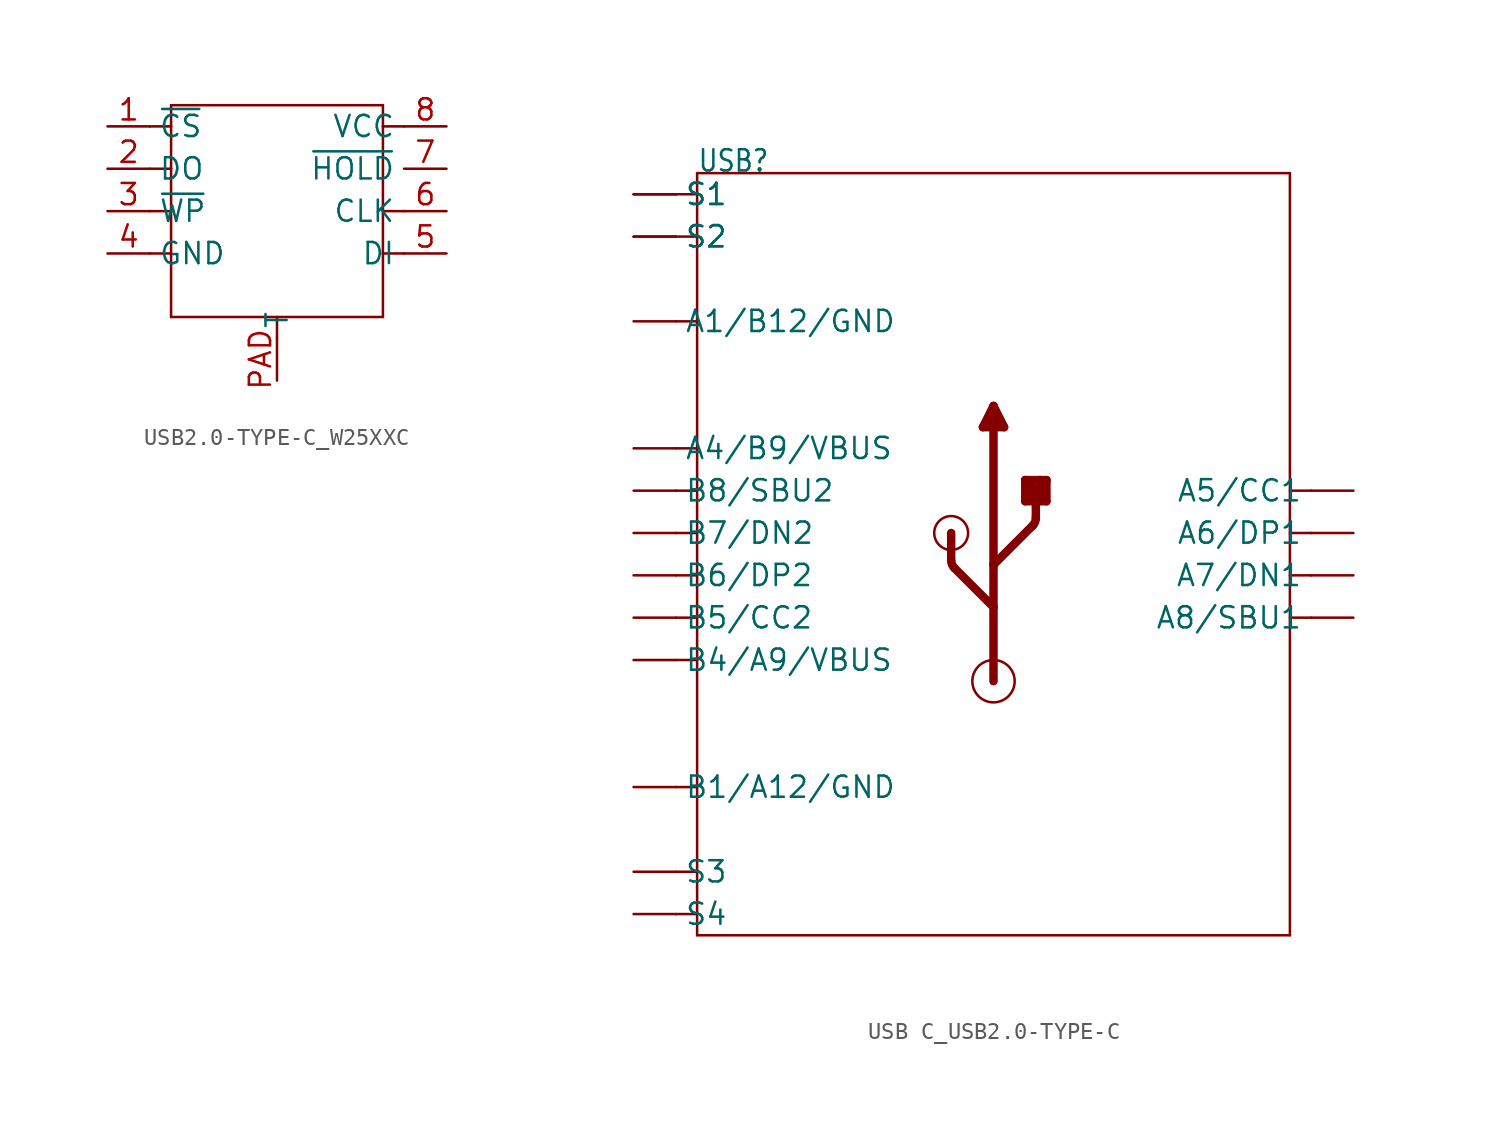
<source format=kicad_sym>
(kicad_symbol_lib
  (version 20231120)
  (generator "kicad_symbol_editor")
  (generator_version "8.0")
  (symbol "USB2.0-TYPE-C_W25XXC"
    (property "Reference" "U"
      (at -6.35 6.35 0)
      (effects (font (size 1.27 1.079)) (justify left bottom) (hide yes)))
    (property "ki_locked" ""
      (at 0 0 0)
      (effects (font (size 1.27 1.27))))
    (symbol "USB2.0-TYPE-C_W25XXC_1_0"
      (polyline (pts (xy -7.62 -2.54) (xy -6.35 -2.54)) (stroke (width 0.152) (type solid)) (fill (type none)))
      (polyline (pts (xy -7.62 0) (xy -6.35 0)) (stroke (width 0.152) (type solid)) (fill (type none)))
      (polyline (pts (xy -7.62 2.54) (xy -6.35 2.54)) (stroke (width 0.152) (type solid)) (fill (type none)))
      (polyline (pts (xy -7.62 5.08) (xy -6.35 5.08)) (stroke (width 0.152) (type solid)) (fill (type none)))
      (polyline (pts (xy -6.35 -6.35) (xy -6.35 -2.54)) (stroke (width 0.152) (type solid)) (fill (type none)))
      (polyline (pts (xy -6.35 -2.54) (xy -6.35 0)) (stroke (width 0.152) (type solid)) (fill (type none)))
      (polyline (pts (xy -6.35 0) (xy -6.35 2.54)) (stroke (width 0.152) (type solid)) (fill (type none)))
      (polyline (pts (xy -6.35 2.54) (xy -6.35 5.08)) (stroke (width 0.152) (type solid)) (fill (type none)))
      (polyline (pts (xy -6.35 5.08) (xy -6.35 6.35)) (stroke (width 0.152) (type solid)) (fill (type none)))
      (polyline (pts (xy -6.35 6.35) (xy 6.35 6.35)) (stroke (width 0.152) (type solid)) (fill (type none)))
      (polyline (pts (xy 0 -7.62) (xy 0 -6.35)) (stroke (width 0.152) (type solid)) (fill (type none)))
      (polyline (pts (xy 0 -6.35) (xy -6.35 -6.35)) (stroke (width 0.152) (type solid)) (fill (type none)))
      (polyline (pts (xy 6.35 -6.35) (xy 0 -6.35)) (stroke (width 0.152) (type solid)) (fill (type none)))
      (polyline (pts (xy 6.35 -2.54) (xy 6.35 -6.35)) (stroke (width 0.152) (type solid)) (fill (type none)))
      (polyline (pts (xy 6.35 0) (xy 6.35 -2.54)) (stroke (width 0.152) (type solid)) (fill (type none)))
      (polyline (pts (xy 6.35 5.08) (xy 6.35 0)) (stroke (width 0.152) (type solid)) (fill (type none)))
      (polyline (pts (xy 6.35 6.35) (xy 6.35 5.08)) (stroke (width 0.152) (type solid)) (fill (type none)))
      (polyline (pts (xy 7.62 -2.54) (xy 6.35 -2.54)) (stroke (width 0.152) (type solid)) (fill (type none)))
      (polyline (pts (xy 7.62 0) (xy 6.35 0)) (stroke (width 0.152) (type solid)) (fill (type none)))
      (polyline (pts (xy 7.62 5.08) (xy 6.35 5.08)) (stroke (width 0.152) (type solid)) (fill (type none)))
      (pin bidirectional line (at -10.16 5.08 0) (length 2.54) (name "~{CS}" (effects (font (size 1.27 1.27)))) (number "1" (effects (font (size 1.27 1.27)))))
      (pin bidirectional line (at -10.16 2.54 0) (length 2.54) (name "DO" (effects (font (size 1.27 1.27)))) (number "2" (effects (font (size 1.27 1.27)))))
      (pin bidirectional line (at -10.16 0 0) (length 2.54) (name "~{WP}" (effects (font (size 1.27 1.27)))) (number "3" (effects (font (size 1.27 1.27)))))
      (pin bidirectional line (at -10.16 -2.54 0) (length 2.54) (name "GND" (effects (font (size 1.27 1.27)))) (number "4" (effects (font (size 1.27 1.27)))))
      (pin bidirectional line (at 10.16 -2.54 180) (length 2.54) (name "DI" (effects (font (size 1.27 1.27)))) (number "5" (effects (font (size 1.27 1.27)))))
      (pin bidirectional line (at 10.16 0 180) (length 2.54) (name "CLK" (effects (font (size 1.27 1.27)))) (number "6" (effects (font (size 1.27 1.27)))))
      (pin bidirectional line (at 10.16 2.54 180) (length 2.54) (name "~{HOLD}" (effects (font (size 1.27 1.27)))) (number "7" (effects (font (size 1.27 1.27)))))
      (pin bidirectional line (at 10.16 5.08 180) (length 2.54) (name "VCC" (effects (font (size 1.27 1.27)))) (number "8" (effects (font (size 1.27 1.27)))))
      (pin bidirectional line (at 0 -10.16 90) (length 2.54) (name "T" (effects (font (size 1.27 1.27)))) (number "PAD" (effects (font (size 1.27 1.27)))))))
  (symbol "USB C_USB2.0-TYPE-C"
    (property "Reference" "USB"
      (at -17.78 22.86 0)
      (effects (font (size 1.27 1.079)) (justify left bottom)))
    (property "Value" ""
      (at -7.62 22.86 0)
      (effects (font (size 1.27 1.079)) (justify left bottom)))
    (property "ki_locked" ""
      (at 0 0 0)
      (effects (font (size 1.27 1.27))))
    (symbol "USB C_USB2.0-TYPE-C_1_0"
      (arc (start -2.5401 -0.3719) (mid -2.4917 -0.6149) (end -2.354 -0.8209) (stroke (width 0.508) (type solid)) (fill (type none)))
      (circle (center -2.54 1.27) (radius 1.016) (stroke (width 0) (type solid)) (fill (type none)))
      (circle (center 0 -7.62) (radius 1.27) (stroke (width 0) (type solid)) (fill (type none)))
      (polyline (pts (xy -19.05 -21.59) (xy -17.78 -21.59)) (stroke (width 0.152) (type solid)) (fill (type none)))
      (polyline (pts (xy -19.05 -19.05) (xy -17.78 -19.05)) (stroke (width 0.152) (type solid)) (fill (type none)))
      (polyline (pts (xy -19.05 -13.97) (xy -17.78 -13.97)) (stroke (width 0.152) (type solid)) (fill (type none)))
      (polyline (pts (xy -19.05 -6.35) (xy -17.78 -6.35)) (stroke (width 0.152) (type solid)) (fill (type none)))
      (polyline (pts (xy -19.05 -3.81) (xy -17.78 -3.81)) (stroke (width 0.152) (type solid)) (fill (type none)))
      (polyline (pts (xy -19.05 -1.27) (xy -17.78 -1.27)) (stroke (width 0.152) (type solid)) (fill (type none)))
      (polyline (pts (xy -19.05 1.27) (xy -17.78 1.27)) (stroke (width 0.152) (type solid)) (fill (type none)))
      (polyline (pts (xy -19.05 3.81) (xy -17.78 3.81)) (stroke (width 0.152) (type solid)) (fill (type none)))
      (polyline (pts (xy -19.05 6.35) (xy -17.78 6.35)) (stroke (width 0.152) (type solid)) (fill (type none)))
      (polyline (pts (xy -19.05 13.97) (xy -17.78 13.97)) (stroke (width 0.152) (type solid)) (fill (type none)))
      (polyline (pts (xy -19.05 19.05) (xy -17.78 19.05)) (stroke (width 0.152) (type solid)) (fill (type none)))
      (polyline (pts (xy -19.05 21.59) (xy -17.78 21.59)) (stroke (width 0.152) (type solid)) (fill (type none)))
      (polyline (pts (xy -17.78 -22.86) (xy -17.78 -21.59)) (stroke (width 0.152) (type solid)) (fill (type none)))
      (polyline (pts (xy -17.78 -21.59) (xy -17.78 -19.05)) (stroke (width 0.152) (type solid)) (fill (type none)))
      (polyline (pts (xy -17.78 -19.05) (xy -17.78 6.35)) (stroke (width 0.152) (type solid)) (fill (type none)))
      (polyline (pts (xy -17.78 6.35) (xy -17.78 13.97)) (stroke (width 0.152) (type solid)) (fill (type none)))
      (polyline (pts (xy -17.78 13.97) (xy -17.78 19.05)) (stroke (width 0.152) (type solid)) (fill (type none)))
      (polyline (pts (xy -17.78 19.05) (xy -17.78 21.59)) (stroke (width 0.152) (type solid)) (fill (type none)))
      (polyline (pts (xy -17.78 21.59) (xy -17.78 22.86)) (stroke (width 0.152) (type solid)) (fill (type none)))
      (polyline (pts (xy -17.78 22.86) (xy 17.78 22.86)) (stroke (width 0.152) (type solid)) (fill (type none)))
      (polyline (pts (xy -2.54 -0.372) (xy -2.54 1.27)) (stroke (width 0.508) (type solid)) (fill (type none)))
      (polyline (pts (xy -0.635 7.62) (xy 0.635 7.62)) (stroke (width 0.508) (type solid)) (fill (type none)))
      (polyline (pts (xy 0 -7.62) (xy 0 -3.175)) (stroke (width 0.508) (type solid)) (fill (type none)))
      (polyline (pts (xy 0 -3.175) (xy -2.354 -0.821)) (stroke (width 0.508) (type solid)) (fill (type none)))
      (polyline (pts (xy 0 -3.175) (xy 0 -0.635)) (stroke (width 0.508) (type solid)) (fill (type none)))
      (polyline (pts (xy 0 -0.635) (xy 0 8.89)) (stroke (width 0.508) (type solid)) (fill (type none)))
      (polyline (pts (xy 0 -0.635) (xy 2.354 1.719)) (stroke (width 0.508) (type solid)) (fill (type none)))
      (polyline (pts (xy 0 8.89) (xy -0.635 7.62)) (stroke (width 0.508) (type solid)) (fill (type none)))
      (polyline (pts (xy 0.635 7.62) (xy 0 8.89)) (stroke (width 0.508) (type solid)) (fill (type none)))
      (polyline (pts (xy 1.905 3.175) (xy 1.905 4.445)) (stroke (width 0.508) (type solid)) (fill (type none)))
      (polyline (pts (xy 1.905 4.445) (xy 2.794 4.445)) (stroke (width 0.508) (type solid)) (fill (type none)))
      (polyline (pts (xy 2.159 3.302) (xy 2.159 3.81)) (stroke (width 0.508) (type solid)) (fill (type none)))
      (polyline (pts (xy 2.54 2.168) (xy 2.54 3.81)) (stroke (width 0.508) (type solid)) (fill (type none)))
      (polyline (pts (xy 2.54 3.81) (xy 1.905 4.445)) (stroke (width 0.508) (type solid)) (fill (type none)))
      (polyline (pts (xy 2.794 3.302) (xy 2.159 3.302)) (stroke (width 0.508) (type solid)) (fill (type none)))
      (polyline (pts (xy 2.794 4.445) (xy 2.794 3.302)) (stroke (width 0.508) (type solid)) (fill (type none)))
      (polyline (pts (xy 2.794 4.445) (xy 3.175 4.445)) (stroke (width 0.508) (type solid)) (fill (type none)))
      (polyline (pts (xy 3.175 3.175) (xy 1.905 3.175)) (stroke (width 0.508) (type solid)) (fill (type none)))
      (polyline (pts (xy 3.175 4.445) (xy 3.175 3.175)) (stroke (width 0.508) (type solid)) (fill (type none)))
      (polyline (pts (xy 17.78 -22.86) (xy -17.78 -22.86)) (stroke (width 0.152) (type solid)) (fill (type none)))
      (polyline (pts (xy 17.78 22.86) (xy 17.78 -22.86)) (stroke (width 0.152) (type solid)) (fill (type none)))
      (polyline (pts (xy 19.05 -3.81) (xy 17.78 -3.81)) (stroke (width 0.152) (type solid)) (fill (type none)))
      (polyline (pts (xy 19.05 -1.27) (xy 17.78 -1.27)) (stroke (width 0.152) (type solid)) (fill (type none)))
      (polyline (pts (xy 19.05 1.27) (xy 17.78 1.27)) (stroke (width 0.152) (type solid)) (fill (type none)))
      (polyline (pts (xy 19.05 3.81) (xy 17.78 3.81)) (stroke (width 0.152) (type solid)) (fill (type none)))
      (arc (start 2.354 1.719) (mid 2.4916 1.925) (end 2.54 2.168) (stroke (width 0.508) (type solid)) (fill (type none)))
      (pin bidirectional line (at -21.59 13.97 0) (length 2.54) (name "A1/B12/GND" (effects (font (size 1.27 1.27)))) (number "A1_B12" (effects (font (size 0 0)))))
      (pin bidirectional line (at -21.59 6.35 0) (length 2.54) (name "A4/B9/VBUS" (effects (font (size 1.27 1.27)))) (number "A4_B9" (effects (font (size 0 0)))))
      (pin bidirectional line (at 21.59 3.81 180) (length 2.54) (name "A5/CC1" (effects (font (size 1.27 1.27)))) (number "A5" (effects (font (size 0 0)))))
      (pin bidirectional line (at 21.59 1.27 180) (length 2.54) (name "A6/DP1" (effects (font (size 1.27 1.27)))) (number "A6" (effects (font (size 0 0)))))
      (pin bidirectional line (at 21.59 -1.27 180) (length 2.54) (name "A7/DN1" (effects (font (size 1.27 1.27)))) (number "A7" (effects (font (size 0 0)))))
      (pin bidirectional line (at 21.59 -3.81 180) (length 2.54) (name "A8/SBU1" (effects (font (size 1.27 1.27)))) (number "A8" (effects (font (size 0 0)))))
      (pin bidirectional line (at -21.59 -13.97 0) (length 2.54) (name "B1/A12/GND" (effects (font (size 1.27 1.27)))) (number "B1_A12" (effects (font (size 0 0)))))
      (pin bidirectional line (at -21.59 -6.35 0) (length 2.54) (name "B4/A9/VBUS" (effects (font (size 1.27 1.27)))) (number "B4_A9" (effects (font (size 0 0)))))
      (pin bidirectional line (at -21.59 -3.81 0) (length 2.54) (name "B5/CC2" (effects (font (size 1.27 1.27)))) (number "B5" (effects (font (size 0 0)))))
      (pin bidirectional line (at -21.59 -1.27 0) (length 2.54) (name "B6/DP2" (effects (font (size 1.27 1.27)))) (number "B6" (effects (font (size 0 0)))))
      (pin bidirectional line (at -21.59 1.27 0) (length 2.54) (name "B7/DN2" (effects (font (size 1.27 1.27)))) (number "B7" (effects (font (size 0 0)))))
      (pin bidirectional line (at -21.59 3.81 0) (length 2.54) (name "B8/SBU2" (effects (font (size 1.27 1.27)))) (number "B8" (effects (font (size 0 0)))))
      (pin bidirectional line (at -21.59 21.59 0) (length 2.54) (name "S1" (effects (font (size 1.27 1.27)))) (number "S1" (effects (font (size 0 0)))))
      (pin bidirectional line (at -21.59 19.05 0) (length 2.54) (name "S2" (effects (font (size 1.27 1.27)))) (number "S2" (effects (font (size 0 0)))))
      (pin bidirectional line (at -21.59 -19.05 0) (length 2.54) (name "S3" (effects (font (size 1.27 1.27)))) (number "S3" (effects (font (size 0 0)))))
      (pin bidirectional line (at -21.59 -21.59 0) (length 2.54) (name "S4" (effects (font (size 1.27 1.27)))) (number "S4" (effects (font (size 0 0)))))
      (pin bidirectional line (at -21.59 21.59 0) (length 2.54) (name "S1" (effects (font (size 1.27 1.27)))) (number "S5" (effects (font (size 0 0)))))
      (pin bidirectional line (at -21.59 19.05 0) (length 2.54) (name "S2" (effects (font (size 1.27 1.27)))) (number "S6" (effects (font (size 0 0))))))))
</source>
